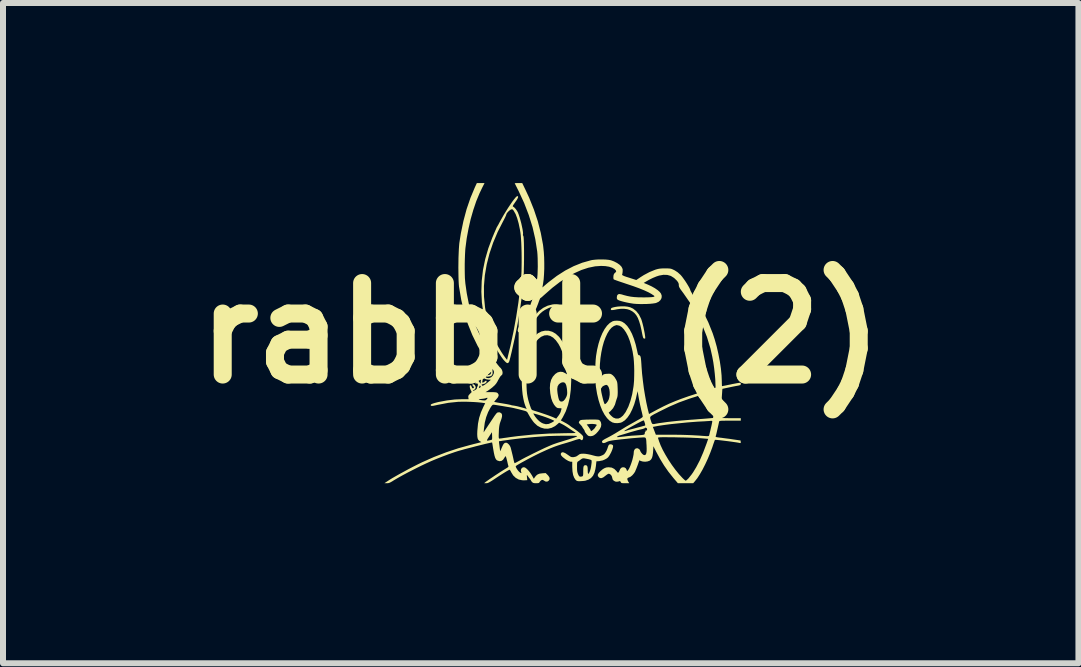
<source format=kicad_pcb>
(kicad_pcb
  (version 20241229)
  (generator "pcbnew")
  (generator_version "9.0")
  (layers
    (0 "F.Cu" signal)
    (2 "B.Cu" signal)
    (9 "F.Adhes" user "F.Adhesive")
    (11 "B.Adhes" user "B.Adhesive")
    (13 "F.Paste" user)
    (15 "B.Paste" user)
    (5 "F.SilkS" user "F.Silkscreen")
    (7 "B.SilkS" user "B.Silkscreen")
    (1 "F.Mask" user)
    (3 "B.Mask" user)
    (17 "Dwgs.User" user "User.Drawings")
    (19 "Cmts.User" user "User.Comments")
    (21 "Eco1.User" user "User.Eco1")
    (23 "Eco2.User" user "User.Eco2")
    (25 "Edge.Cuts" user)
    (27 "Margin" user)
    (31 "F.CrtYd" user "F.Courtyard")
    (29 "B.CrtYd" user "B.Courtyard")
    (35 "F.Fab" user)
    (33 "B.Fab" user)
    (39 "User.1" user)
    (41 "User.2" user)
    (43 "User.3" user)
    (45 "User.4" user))
  (footprint "rabbit (2)"
    (layer "F.Cu")
    (at 5.958 2.5)
    (property "Reference" "rabbit (2)" (at 0 0 0) (layer "F.SilkS") (effects (font (size 1.524 1.524) (thickness 0.3))))
    (attr board_only exclude_from_pos_files exclude_from_bom)
    (fp_poly (pts (xy 0.201 -0.479) (xy 0.191 -0.477) (xy 0.114 -0.457) (xy 0.041 -0.421) (xy -0.026 -0.371) (xy -0.086 -0.307) (xy -0.139 -0.229) (xy -0.162 -0.186) (xy -0.188 -0.13) (xy -0.206 -0.086) (xy -0.215 -0.055) (xy -0.215 -0.035) (xy -0.206 -0.026) (xy -0.2 -0.025) (xy -0.184 -0.033) (xy -0.171 -0.055) (xy -0.163 -0.076) (xy -0.159 -0.09) (xy -0.158 -0.092) (xy -0.154 -0.105) (xy -0.143 -0.128) (xy -0.127 -0.158) (xy -0.107 -0.192) (xy -0.087 -0.226) (xy -0.068 -0.256) (xy -0.053 -0.276) (xy -0.015 -0.321) (xy 0.024 -0.356) (xy 0.07 -0.387) (xy 0.107 -0.406) (xy 0.141 -0.422) (xy 0.168 -0.431) (xy 0.195 -0.435) (xy 0.23 -0.437) (xy 0.232 -0.437) (xy 0.272 -0.436) (xy 0.302 -0.431) (xy 0.329 -0.421) (xy 0.334 -0.419) (xy 0.367 -0.405) (xy 0.388 -0.401) (xy 0.398 -0.407) (xy 0.4 -0.416) (xy 0.394 -0.434) (xy 0.374 -0.449) (xy 0.339 -0.463) (xy 0.305 -0.472) (xy 0.268 -0.48) (xy 0.236 -0.482)) (stroke (width 0) (type solid)) (fill yes) (layer "F.SilkS"))
    (fp_poly (pts (xy 1.284 -0.443) (xy 1.238 -0.436) (xy 1.204 -0.428) (xy 1.183 -0.421) (xy 1.173 -0.413) (xy 1.169 -0.404) (xy 1.168 -0.402) (xy 1.169 -0.391) (xy 1.175 -0.385) (xy 1.191 -0.384) (xy 1.217 -0.387) (xy 1.256 -0.394) (xy 1.267 -0.397) (xy 1.326 -0.405) (xy 1.386 -0.406) (xy 1.441 -0.399) (xy 1.485 -0.385) (xy 1.526 -0.363) (xy 1.561 -0.335) (xy 1.591 -0.3) (xy 1.617 -0.255) (xy 1.639 -0.199) (xy 1.66 -0.13) (xy 1.679 -0.047) (xy 1.683 -0.025) (xy 1.692 0.02) (xy 1.699 0.051) (xy 1.705 0.071) (xy 1.71 0.083) (xy 1.717 0.088) (xy 1.725 0.09) (xy 1.735 0.091) (xy 1.741 0.087) (xy 1.741 0.074) (xy 1.739 0.048) (xy 1.738 0.044) (xy 1.732 0.002) (xy 1.722 -0.048) (xy 1.711 -0.102) (xy 1.698 -0.155) (xy 1.685 -0.202) (xy 1.673 -0.238) (xy 1.67 -0.244) (xy 1.635 -0.312) (xy 1.591 -0.367) (xy 1.538 -0.409) (xy 1.49 -0.431) (xy 1.449 -0.441) (xy 1.398 -0.447) (xy 1.341 -0.447)) (stroke (width 0) (type solid)) (fill yes) (layer "F.SilkS"))
    (fp_poly (pts (xy 0.84 1.439) (xy 0.789 1.44) (xy 0.742 1.441) (xy 0.731 1.442) (xy 0.695 1.444) (xy 0.672 1.447) (xy 0.659 1.452) (xy 0.65 1.459) (xy 0.643 1.469) (xy 0.636 1.482) (xy 0.636 1.493) (xy 0.644 1.505) (xy 0.661 1.523) (xy 0.678 1.542) (xy 0.689 1.556) (xy 0.692 1.561) (xy 0.696 1.571) (xy 0.708 1.589) (xy 0.713 1.595) (xy 0.726 1.615) (xy 0.733 1.632) (xy 0.733 1.635) (xy 0.738 1.648) (xy 0.752 1.667) (xy 0.763 1.682) (xy 0.783 1.703) (xy 0.799 1.713) (xy 0.818 1.716) (xy 0.828 1.717) (xy 0.858 1.713) (xy 0.885 1.702) (xy 0.887 1.701) (xy 0.921 1.675) (xy 0.956 1.637) (xy 0.986 1.596) (xy 1.004 1.558) (xy 1.008 1.529) (xy 0.933 1.529) (xy 0.927 1.543) (xy 0.921 1.55) (xy 0.91 1.563) (xy 0.908 1.57) (xy 0.902 1.58) (xy 0.888 1.595) (xy 0.87 1.612) (xy 0.852 1.626) (xy 0.84 1.633) (xy 0.84 1.633) (xy 0.834 1.627) (xy 0.833 1.622) (xy 0.829 1.61) (xy 0.816 1.59) (xy 0.8 1.566) (xy 0.766 1.521) (xy 0.806 1.515) (xy 0.839 1.512) (xy 0.872 1.513) (xy 0.901 1.516) (xy 0.923 1.521) (xy 0.933 1.528) (xy 0.933 1.529) (xy 1.008 1.529) (xy 1.009 1.519) (xy 1.002 1.484) (xy 0.989 1.462) (xy 0.98 1.452) (xy 0.969 1.445) (xy 0.954 1.442) (xy 0.93 1.44) (xy 0.894 1.439) (xy 0.887 1.439)) (stroke (width 0) (type solid)) (fill yes) (layer "F.SilkS"))
    (fp_poly (pts (xy 1.143 1.855) (xy 1.138 1.858) (xy 1.128 1.873) (xy 1.12 1.894) (xy 1.11 1.925) (xy 1.095 1.96) (xy 1.076 1.992) (xy 1.058 2.015) (xy 1.057 2.016) (xy 1.038 2.029) (xy 1.011 2.041) (xy 1.001 2.045) (xy 0.982 2.051) (xy 0.963 2.053) (xy 0.942 2.052) (xy 0.916 2.048) (xy 0.88 2.039) (xy 0.831 2.026) (xy 0.788 2.017) (xy 0.743 2.01) (xy 0.71 2.008) (xy 0.679 2.009) (xy 0.657 2.013) (xy 0.64 2.021) (xy 0.622 2.035) (xy 0.589 2.056) (xy 0.551 2.065) (xy 0.549 2.065) (xy 0.528 2.066) (xy 0.512 2.064) (xy 0.495 2.057) (xy 0.473 2.042) (xy 0.45 2.026) (xy 0.411 2) (xy 0.382 1.987) (xy 0.36 1.984) (xy 0.343 1.993) (xy 0.343 1.993) (xy 0.333 2.013) (xy 0.34 2.036) (xy 0.362 2.061) (xy 0.369 2.067) (xy 0.417 2.104) (xy 0.458 2.128) (xy 0.489 2.14) (xy 0.5 2.142) (xy 0.525 2.142) (xy 0.525 2.228) (xy 0.529 2.302) (xy 0.54 2.364) (xy 0.559 2.412) (xy 0.58 2.443) (xy 0.594 2.456) (xy 0.609 2.463) (xy 0.629 2.466) (xy 0.658 2.466) (xy 0.692 2.464) (xy 0.725 2.461) (xy 0.744 2.458) (xy 0.796 2.44) (xy 0.838 2.413) (xy 0.871 2.376) (xy 0.895 2.326) (xy 0.911 2.264) (xy 0.919 2.215) (xy 0.928 2.135) (xy 0.976 2.132) (xy 0.988 2.129) (xy 0.848 2.129) (xy 0.848 2.154) (xy 0.844 2.186) (xy 0.839 2.222) (xy 0.832 2.257) (xy 0.823 2.288) (xy 0.817 2.305) (xy 0.804 2.332) (xy 0.794 2.344) (xy 0.788 2.34) (xy 0.784 2.32) (xy 0.783 2.285) (xy 0.782 2.246) (xy 0.777 2.22) (xy 0.768 2.206) (xy 0.753 2.2) (xy 0.746 2.2) (xy 0.73 2.202) (xy 0.719 2.211) (xy 0.712 2.229) (xy 0.709 2.258) (xy 0.708 2.301) (xy 0.708 2.301) (xy 0.708 2.34) (xy 0.706 2.365) (xy 0.701 2.38) (xy 0.691 2.387) (xy 0.674 2.39) (xy 0.66 2.391) (xy 0.647 2.388) (xy 0.635 2.375) (xy 0.623 2.352) (xy 0.614 2.328) (xy 0.608 2.303) (xy 0.605 2.27) (xy 0.605 2.23) (xy 0.605 2.192) (xy 0.606 2.166) (xy 0.609 2.151) (xy 0.615 2.142) (xy 0.62 2.138) (xy 0.636 2.128) (xy 0.658 2.112) (xy 0.665 2.106) (xy 0.689 2.09) (xy 0.71 2.085) (xy 0.725 2.086) (xy 0.764 2.093) (xy 0.799 2.1) (xy 0.827 2.108) (xy 0.843 2.115) (xy 0.845 2.117) (xy 0.848 2.129) (xy 0.988 2.129) (xy 1.033 2.12) (xy 1.072 2.103) (xy 1.1 2.087) (xy 1.121 2.07) (xy 1.139 2.046) (xy 1.152 2.025) (xy 1.175 1.982) (xy 1.192 1.941) (xy 1.203 1.906) (xy 1.206 1.88) (xy 1.203 1.868) (xy 1.187 1.856) (xy 1.164 1.851)) (stroke (width 0) (type solid)) (fill yes) (layer "F.SilkS"))
    (fp_poly (pts (xy -0.403 -2.276) (xy -0.422 -2.257) (xy -0.447 -2.226) (xy -0.476 -2.187) (xy -0.508 -2.14) (xy -0.543 -2.088) (xy -0.578 -2.032) (xy -0.614 -1.974) (xy -0.647 -1.916) (xy -0.678 -1.861) (xy -0.693 -1.833) (xy -0.707 -1.806) (xy -0.719 -1.786) (xy -0.725 -1.775) (xy -0.725 -1.775) (xy -0.731 -1.766) (xy -0.74 -1.746) (xy -0.749 -1.725) (xy -0.761 -1.698) (xy -0.777 -1.661) (xy -0.794 -1.62) (xy -0.806 -1.592) (xy -0.873 -1.413) (xy -0.925 -1.233) (xy -0.962 -1.052) (xy -0.983 -0.87) (xy -0.989 -0.69) (xy -0.98 -0.511) (xy -0.955 -0.335) (xy -0.916 -0.163) (xy -0.861 0.004) (xy -0.792 0.163) (xy -0.758 0.228) (xy -0.723 0.29) (xy -0.688 0.347) (xy -0.654 0.398) (xy -0.623 0.44) (xy -0.594 0.472) (xy -0.571 0.493) (xy -0.553 0.5) (xy -0.538 0.493) (xy -0.527 0.477) (xy -0.522 0.462) (xy -0.514 0.433) (xy -0.504 0.395) (xy -0.493 0.349) (xy -0.484 0.312) (xy -0.431 0.074) (xy -0.385 -0.156) (xy -0.347 -0.381) (xy -0.315 -0.608) (xy -0.294 -0.787) (xy -0.291 -0.83) (xy -0.287 -0.882) (xy -0.285 -0.943) (xy -0.282 -1.01) (xy -0.281 -1.082) (xy -0.279 -1.157) (xy -0.279 -1.181) (xy -0.318 -1.181) (xy -0.319 -1.103) (xy -0.32 -1.031) (xy -0.323 -0.969) (xy -0.325 -0.948) (xy -0.344 -0.73) (xy -0.373 -0.503) (xy -0.409 -0.269) (xy -0.452 -0.033) (xy -0.502 0.201) (xy -0.526 0.301) (xy -0.561 0.445) (xy -0.581 0.42) (xy -0.594 0.403) (xy -0.613 0.377) (xy -0.636 0.344) (xy -0.655 0.315) (xy -0.724 0.199) (xy -0.786 0.07) (xy -0.839 -0.068) (xy -0.883 -0.212) (xy -0.916 -0.359) (xy -0.928 -0.433) (xy -0.945 -0.607) (xy -0.946 -0.784) (xy -0.931 -0.963) (xy -0.9 -1.144) (xy -0.854 -1.325) (xy -0.793 -1.506) (xy -0.717 -1.686) (xy -0.63 -1.857) (xy -0.61 -1.895) (xy -0.593 -1.929) (xy -0.581 -1.955) (xy -0.575 -1.971) (xy -0.575 -1.972) (xy -0.569 -1.99) (xy -0.553 -2.012) (xy -0.532 -2.034) (xy -0.51 -2.052) (xy -0.491 -2.062) (xy -0.491 -2.062) (xy -0.476 -2.064) (xy -0.463 -2.056) (xy -0.448 -2.037) (xy -0.448 -2.036) (xy -0.418 -1.983) (xy -0.392 -1.914) (xy -0.368 -1.829) (xy -0.347 -1.728) (xy -0.337 -1.667) (xy -0.332 -1.624) (xy -0.328 -1.568) (xy -0.324 -1.501) (xy -0.321 -1.425) (xy -0.319 -1.345) (xy -0.318 -1.263) (xy -0.318 -1.181) (xy -0.279 -1.181) (xy -0.278 -1.232) (xy -0.278 -1.306) (xy -0.278 -1.376) (xy -0.279 -1.441) (xy -0.28 -1.499) (xy -0.282 -1.548) (xy -0.284 -1.585) (xy -0.287 -1.61) (xy -0.29 -1.619) (xy -0.297 -1.634) (xy -0.296 -1.643) (xy -0.294 -1.661) (xy -0.297 -1.692) (xy -0.303 -1.732) (xy -0.313 -1.779) (xy -0.324 -1.83) (xy -0.338 -1.881) (xy -0.352 -1.93) (xy -0.366 -1.973) (xy -0.379 -2.007) (xy -0.384 -2.018) (xy -0.402 -2.048) (xy -0.424 -2.077) (xy -0.445 -2.098) (xy -0.459 -2.107) (xy -0.465 -2.111) (xy -0.465 -2.119) (xy -0.458 -2.134) (xy -0.442 -2.157) (xy -0.425 -2.182) (xy -0.397 -2.222) (xy -0.381 -2.252) (xy -0.376 -2.271) (xy -0.381 -2.281) (xy -0.391 -2.283)) (stroke (width 0) (type solid)) (fill yes) (layer "F.SilkS"))
    (fp_poly (pts (xy -0.401 -2.5) (xy -0.423 -2.499) (xy -0.433 -2.498) (xy -0.433 -2.498) (xy -0.43 -2.49) (xy -0.42 -2.47) (xy -0.405 -2.44) (xy -0.386 -2.402) (xy -0.368 -2.367) (xy -0.276 -2.168) (xy -0.199 -1.967) (xy -0.136 -1.765) (xy -0.09 -1.564) (xy -0.059 -1.365) (xy -0.058 -1.358) (xy -0.054 -1.308) (xy -0.051 -1.247) (xy -0.05 -1.179) (xy -0.049 -1.109) (xy -0.051 -1.041) (xy -0.053 -0.98) (xy -0.057 -0.93) (xy -0.058 -0.921) (xy -0.087 -0.75) (xy -0.131 -0.585) (xy -0.189 -0.427) (xy -0.263 -0.276) (xy -0.33 -0.165) (xy -0.361 -0.113) (xy -0.379 -0.072) (xy -0.384 -0.042) (xy -0.377 -0.021) (xy -0.357 -0.011) (xy -0.328 -0.01) (xy -0.314 -0.012) (xy -0.302 -0.017) (xy -0.29 -0.028) (xy -0.275 -0.046) (xy -0.255 -0.075) (xy -0.244 -0.092) (xy -0.208 -0.148) (xy -0.171 -0.215) (xy -0.133 -0.287) (xy -0.098 -0.361) (xy -0.067 -0.431) (xy -0.043 -0.493) (xy -0.041 -0.498) (xy -0.029 -0.533) (xy -0.018 -0.56) (xy -0.01 -0.578) (xy -0.006 -0.583) (xy 0.003 -0.589) (xy 0.021 -0.603) (xy 0.045 -0.625) (xy 0.07 -0.647) (xy 0.193 -0.755) (xy 0.316 -0.85) (xy 0.439 -0.931) (xy 0.56 -0.999) (xy 0.678 -1.052) (xy 0.794 -1.09) (xy 0.906 -1.113) (xy 1.004 -1.12) (xy 1.076 -1.117) (xy 1.138 -1.107) (xy 1.19 -1.09) (xy 1.229 -1.068) (xy 1.235 -1.062) (xy 1.253 -1.043) (xy 1.257 -1.027) (xy 1.246 -1.012) (xy 1.236 -1.004) (xy 1.221 -0.987) (xy 1.213 -0.964) (xy 1.211 -0.945) (xy 1.21 -0.915) (xy 1.215 -0.898) (xy 1.218 -0.895) (xy 1.229 -0.89) (xy 1.253 -0.881) (xy 1.289 -0.868) (xy 1.333 -0.853) (xy 1.384 -0.836) (xy 1.425 -0.822) (xy 1.542 -0.783) (xy 1.643 -0.746) (xy 1.727 -0.712) (xy 1.796 -0.68) (xy 1.848 -0.651) (xy 1.856 -0.645) (xy 1.881 -0.629) (xy 1.893 -0.619) (xy 1.895 -0.613) (xy 1.888 -0.608) (xy 1.883 -0.605) (xy 1.867 -0.602) (xy 1.836 -0.599) (xy 1.792 -0.597) (xy 1.738 -0.596) (xy 1.704 -0.596) (xy 1.625 -0.597) (xy 1.558 -0.601) (xy 1.499 -0.608) (xy 1.443 -0.619) (xy 1.385 -0.634) (xy 1.349 -0.645) (xy 1.313 -0.652) (xy 1.289 -0.647) (xy 1.274 -0.63) (xy 1.268 -0.602) (xy 1.268 -0.578) (xy 1.275 -0.564) (xy 1.285 -0.555) (xy 1.306 -0.545) (xy 1.34 -0.534) (xy 1.384 -0.522) (xy 1.432 -0.511) (xy 1.482 -0.501) (xy 1.531 -0.493) (xy 1.544 -0.491) (xy 1.592 -0.487) (xy 1.647 -0.485) (xy 1.706 -0.485) (xy 1.766 -0.486) (xy 1.822 -0.489) (xy 1.871 -0.494) (xy 1.909 -0.5) (xy 1.922 -0.503) (xy 1.965 -0.523) (xy 1.995 -0.551) (xy 2.013 -0.585) (xy 2.016 -0.622) (xy 2.004 -0.658) (xy 1.983 -0.686) (xy 1.949 -0.716) (xy 1.903 -0.748) (xy 1.848 -0.779) (xy 1.786 -0.808) (xy 1.764 -0.817) (xy 1.716 -0.837) (xy 1.748 -0.856) (xy 1.805 -0.889) (xy 1.866 -0.919) (xy 1.926 -0.944) (xy 1.972 -0.959) (xy 2.044 -0.972) (xy 2.109 -0.97) (xy 2.168 -0.953) (xy 2.222 -0.919) (xy 2.263 -0.88) (xy 2.284 -0.854) (xy 2.295 -0.834) (xy 2.3 -0.814) (xy 2.3 -0.803) (xy 2.301 -0.788) (xy 2.305 -0.773) (xy 2.313 -0.756) (xy 2.327 -0.733) (xy 2.349 -0.703) (xy 2.378 -0.664) (xy 2.498 -0.491) (xy 2.603 -0.312) (xy 2.693 -0.128) (xy 2.768 0.06) (xy 2.827 0.253) (xy 2.858 0.392) (xy 2.875 0.484) (xy 2.889 0.582) (xy 2.9 0.68) (xy 2.908 0.772) (xy 2.91 0.827) (xy 2.913 0.908) (xy 2.875 0.92) (xy 2.858 0.926) (xy 2.827 0.936) (xy 2.785 0.949) (xy 2.734 0.965) (xy 2.676 0.983) (xy 2.613 1.003) (xy 2.583 1.012) (xy 2.457 1.053) (xy 2.344 1.093) (xy 2.24 1.133) (xy 2.142 1.174) (xy 2.047 1.219) (xy 1.949 1.269) (xy 1.925 1.282) (xy 1.804 1.347) (xy 1.781 1.255) (xy 1.759 1.154) (xy 1.738 1.04) (xy 1.718 0.919) (xy 1.702 0.794) (xy 1.688 0.67) (xy 1.685 0.628) (xy 1.558 0.628) (xy 1.557 0.711) (xy 1.555 0.79) (xy 1.549 0.861) (xy 1.545 0.893) (xy 1.524 1.017) (xy 1.495 1.128) (xy 1.46 1.225) (xy 1.418 1.308) (xy 1.408 1.324) (xy 1.371 1.373) (xy 1.332 1.406) (xy 1.292 1.423) (xy 1.252 1.423) (xy 1.213 1.408) (xy 1.202 1.401) (xy 1.178 1.38) (xy 1.156 1.358) (xy 1.151 1.351) (xy 1.132 1.325) (xy 1.163 1.298) (xy 1.206 1.25) (xy 1.235 1.195) (xy 1.242 1.174) (xy 1.25 1.145) (xy 1.261 1.11) (xy 1.268 1.089) (xy 1.276 1.066) (xy 1.28 1.043) (xy 1.282 1.016) (xy 1.283 0.983) (xy 1.149 0.983) (xy 1.149 1.028) (xy 1.142 1.072) (xy 1.134 1.102) (xy 1.119 1.133) (xy 1.1 1.159) (xy 1.082 1.177) (xy 1.067 1.183) (xy 1.062 1.176) (xy 1.054 1.156) (xy 1.045 1.129) (xy 1.043 1.123) (xy 1.03 1.072) (xy 1.019 1.025) (xy 1.01 0.983) (xy 1.005 0.95) (xy 1.004 0.927) (xy 1.007 0.918) (xy 1.016 0.909) (xy 1.017 0.905) (xy 1.024 0.894) (xy 1.041 0.881) (xy 1.063 0.87) (xy 1.084 0.863) (xy 1.098 0.862) (xy 1.118 0.876) (xy 1.133 0.903) (xy 1.144 0.94) (xy 1.149 0.983) (xy 1.283 0.983) (xy 1.283 0.981) (xy 1.282 0.934) (xy 1.282 0.93) (xy 1.28 0.884) (xy 1.278 0.851) (xy 1.275 0.826) (xy 1.27 0.806) (xy 1.262 0.787) (xy 1.254 0.772) (xy 1.23 0.733) (xy 1.202 0.703) (xy 1.196 0.699) (xy 1.177 0.685) (xy 1.16 0.678) (xy 1.14 0.676) (xy 1.111 0.677) (xy 1.106 0.677) (xy 1.074 0.68) (xy 1.053 0.685) (xy 1.036 0.695) (xy 1.017 0.712) (xy 1.016 0.713) (xy 0.983 0.745) (xy 0.983 0.623) (xy 0.986 0.518) (xy 0.995 0.416) (xy 1.01 0.319) (xy 1.029 0.228) (xy 1.052 0.145) (xy 1.08 0.07) (xy 1.111 0.004) (xy 1.144 -0.05) (xy 1.18 -0.091) (xy 1.219 -0.119) (xy 1.258 -0.133) (xy 1.271 -0.133) (xy 1.31 -0.125) (xy 1.349 -0.102) (xy 1.386 -0.063) (xy 1.421 -0.012) (xy 1.454 0.051) (xy 1.483 0.126) (xy 1.508 0.21) (xy 1.53 0.303) (xy 1.546 0.403) (xy 1.552 0.468) (xy 1.556 0.545) (xy 1.558 0.628) (xy 1.685 0.628) (xy 1.679 0.552) (xy 1.677 0.515) (xy 1.673 0.461) (xy 1.669 0.422) (xy 1.664 0.394) (xy 1.656 0.378) (xy 1.647 0.369) (xy 1.634 0.367) (xy 1.634 0.367) (xy 1.626 0.363) (xy 1.62 0.351) (xy 1.613 0.327) (xy 1.606 0.292) (xy 1.582 0.189) (xy 1.553 0.095) (xy 1.52 0.011) (xy 1.482 -0.061) (xy 1.441 -0.12) (xy 1.397 -0.164) (xy 1.355 -0.191) (xy 1.316 -0.204) (xy 1.269 -0.208) (xy 1.224 -0.205) (xy 1.196 -0.197) (xy 1.15 -0.169) (xy 1.105 -0.125) (xy 1.064 -0.068) (xy 1.026 0.002) (xy 0.992 0.084) (xy 0.963 0.176) (xy 0.939 0.277) (xy 0.921 0.386) (xy 0.921 0.389) (xy 0.915 0.449) (xy 0.911 0.521) (xy 0.909 0.601) (xy 0.909 0.683) (xy 0.911 0.762) (xy 0.914 0.836) (xy 0.92 0.897) (xy 0.921 0.903) (xy 0.939 1.012) (xy 0.963 1.113) (xy 0.992 1.206) (xy 1.025 1.288) (xy 1.063 1.358) (xy 1.105 1.416) (xy 1.149 1.46) (xy 1.195 1.488) (xy 1.196 1.488) (xy 1.236 1.498) (xy 1.282 1.499) (xy 1.327 1.493) (xy 1.355 1.483) (xy 1.402 1.452) (xy 1.446 1.405) (xy 1.487 1.345) (xy 1.524 1.271) (xy 1.558 1.185) (xy 1.586 1.089) (xy 1.594 1.052) (xy 1.614 0.966) (xy 1.632 1.073) (xy 1.642 1.126) (xy 1.654 1.186) (xy 1.667 1.243) (xy 1.675 1.28) (xy 1.685 1.319) (xy 1.693 1.353) (xy 1.698 1.379) (xy 1.7 1.392) (xy 1.7 1.392) (xy 1.693 1.401) (xy 1.673 1.416) (xy 1.644 1.434) (xy 1.623 1.445) (xy 1.425 1.557) (xy 1.288 1.641) (xy 1.242 1.669) (xy 1.192 1.698) (xy 1.144 1.725) (xy 1.104 1.746) (xy 1.067 1.765) (xy 1.043 1.78) (xy 1.029 1.791) (xy 1.022 1.8) (xy 1.021 1.809) (xy 1.027 1.826) (xy 1.044 1.832) (xy 1.071 1.827) (xy 1.099 1.814) (xy 1.121 1.804) (xy 1.148 1.796) (xy 1.183 1.789) (xy 1.23 1.782) (xy 1.25 1.78) (xy 1.342 1.769) (xy 1.432 1.76) (xy 1.514 1.751) (xy 1.588 1.745) (xy 1.649 1.74) (xy 1.672 1.739) (xy 1.703 1.737) (xy 1.726 1.737) (xy 1.741 1.74) (xy 1.75 1.75) (xy 1.756 1.769) (xy 1.759 1.799) (xy 1.761 1.841) (xy 1.763 1.867) (xy 1.765 1.926) (xy 1.764 1.97) (xy 1.759 2.001) (xy 1.751 2.021) (xy 1.738 2.03) (xy 1.732 2.032) (xy 1.714 2.029) (xy 1.695 2.015) (xy 1.685 2.004) (xy 1.669 1.984) (xy 1.66 1.967) (xy 1.658 1.962) (xy 1.651 1.944) (xy 1.634 1.928) (xy 1.612 1.918) (xy 1.604 1.917) (xy 1.578 1.924) (xy 1.559 1.945) (xy 1.55 1.976) (xy 1.55 1.986) (xy 1.547 2.021) (xy 1.538 2.065) (xy 1.526 2.114) (xy 1.51 2.164) (xy 1.493 2.21) (xy 1.476 2.249) (xy 1.46 2.276) (xy 1.456 2.281) (xy 1.438 2.3) (xy 1.43 2.273) (xy 1.415 2.249) (xy 1.392 2.236) (xy 1.366 2.234) (xy 1.342 2.243) (xy 1.324 2.263) (xy 1.321 2.271) (xy 1.31 2.295) (xy 1.3 2.314) (xy 1.292 2.324) (xy 1.285 2.325) (xy 1.275 2.315) (xy 1.262 2.298) (xy 1.226 2.262) (xy 1.183 2.24) (xy 1.132 2.234) (xy 1.132 2.234) (xy 1.097 2.237) (xy 1.067 2.247) (xy 1.035 2.265) (xy 0.999 2.295) (xy 0.992 2.302) (xy 0.964 2.332) (xy 0.951 2.357) (xy 0.952 2.38) (xy 0.967 2.4) (xy 0.988 2.414) (xy 1.013 2.415) (xy 1.042 2.403) (xy 1.078 2.376) (xy 1.085 2.37) (xy 1.108 2.353) (xy 1.128 2.343) (xy 1.136 2.342) (xy 1.155 2.349) (xy 1.174 2.367) (xy 1.187 2.391) (xy 1.192 2.413) (xy 1.199 2.439) (xy 1.219 2.46) (xy 1.246 2.473) (xy 1.263 2.475) (xy 1.287 2.473) (xy 1.307 2.468) (xy 1.308 2.467) (xy 1.32 2.464) (xy 1.33 2.475) (xy 1.332 2.48) (xy 1.338 2.49) (xy 1.346 2.496) (xy 1.361 2.499) (xy 1.387 2.5) (xy 1.408 2.5) (xy 1.475 2.5) (xy 1.458 2.473) (xy 1.444 2.443) (xy 1.443 2.421) (xy 1.457 2.408) (xy 1.466 2.406) (xy 1.495 2.393) (xy 1.526 2.368) (xy 1.554 2.335) (xy 1.572 2.307) (xy 1.58 2.287) (xy 1.592 2.259) (xy 1.605 2.226) (xy 1.618 2.191) (xy 1.629 2.159) (xy 1.638 2.134) (xy 1.642 2.12) (xy 1.642 2.119) (xy 1.648 2.12) (xy 1.664 2.128) (xy 1.666 2.129) (xy 1.7 2.139) (xy 1.74 2.142) (xy 1.78 2.137) (xy 1.813 2.125) (xy 1.818 2.123) (xy 1.838 2.104) (xy 1.853 2.079) (xy 1.863 2.045) (xy 1.87 1.998) (xy 1.873 1.961) (xy 1.877 1.884) (xy 1.922 1.973) (xy 1.988 2.095) (xy 2.055 2.205) (xy 2.127 2.308) (xy 2.208 2.41) (xy 2.224 2.429) (xy 2.285 2.5) (xy 2.54 2.5) (xy 2.567 2.469) (xy 2.609 2.416) (xy 2.652 2.349) (xy 2.697 2.271) (xy 2.741 2.184) (xy 2.784 2.091) (xy 2.824 1.994) (xy 2.861 1.895) (xy 2.866 1.878) (xy 2.879 1.84) (xy 2.89 1.809) (xy 2.898 1.787) (xy 2.903 1.778) (xy 2.903 1.778) (xy 2.912 1.777) (xy 2.935 1.779) (xy 2.97 1.782) (xy 3.012 1.787) (xy 3.061 1.793) (xy 3.112 1.799) (xy 3.164 1.806) (xy 3.213 1.813) (xy 3.256 1.819) (xy 3.292 1.825) (xy 3.315 1.83) (xy 3.329 1.831) (xy 3.333 1.822) (xy 3.332 1.811) (xy 3.329 1.788) (xy 3.204 1.77) (xy 3.151 1.762) (xy 3.145 1.761) (xy 2.79 1.761) (xy 2.761 1.844) (xy 2.707 1.987) (xy 2.651 2.117) (xy 2.591 2.232) (xy 2.539 2.318) (xy 2.513 2.355) (xy 2.485 2.39) (xy 2.46 2.421) (xy 2.437 2.443) (xy 2.421 2.456) (xy 2.415 2.458) (xy 2.406 2.453) (xy 2.388 2.438) (xy 2.366 2.417) (xy 2.359 2.41) (xy 2.302 2.348) (xy 2.243 2.275) (xy 2.185 2.196) (xy 2.129 2.112) (xy 2.078 2.027) (xy 2.033 1.945) (xy 1.997 1.868) (xy 1.97 1.798) (xy 1.969 1.794) (xy 1.952 1.741) (xy 1.973 1.736) (xy 1.989 1.735) (xy 2.018 1.734) (xy 2.06 1.733) (xy 2.112 1.734) (xy 2.171 1.734) (xy 2.236 1.735) (xy 2.305 1.737) (xy 2.374 1.738) (xy 2.442 1.74) (xy 2.507 1.742) (xy 2.566 1.745) (xy 2.617 1.747) (xy 2.658 1.75) (xy 2.672 1.751) (xy 2.79 1.761) (xy 3.145 1.761) (xy 3.096 1.755) (xy 3.043 1.748) (xy 3 1.742) (xy 2.994 1.742) (xy 2.956 1.737) (xy 2.932 1.733) (xy 2.919 1.729) (xy 2.914 1.724) (xy 2.915 1.717) (xy 2.916 1.713) (xy 2.921 1.698) (xy 2.928 1.67) (xy 2.936 1.634) (xy 2.945 1.595) (xy 2.954 1.555) (xy 2.962 1.519) (xy 2.968 1.492) (xy 2.971 1.477) (xy 2.972 1.473) (xy 2.858 1.473) (xy 2.856 1.485) (xy 2.851 1.51) (xy 2.844 1.544) (xy 2.835 1.582) (xy 2.826 1.621) (xy 2.817 1.657) (xy 2.81 1.687) (xy 2.805 1.705) (xy 2.804 1.707) (xy 2.799 1.713) (xy 2.786 1.716) (xy 2.763 1.716) (xy 2.727 1.713) (xy 2.692 1.711) (xy 2.646 1.707) (xy 2.593 1.704) (xy 2.539 1.701) (xy 2.521 1.7) (xy 2.475 1.698) (xy 2.417 1.696) (xy 2.35 1.694) (xy 2.278 1.693) (xy 2.206 1.692) (xy 2.153 1.692) (xy 1.918 1.692) (xy 1.893 1.627) (xy 1.887 1.611) (xy 1.772 1.611) (xy 1.765 1.622) (xy 1.754 1.622) (xy 1.746 1.623) (xy 1.747 1.63) (xy 1.747 1.64) (xy 1.743 1.642) (xy 1.736 1.649) (xy 1.733 1.666) (xy 1.733 1.676) (xy 1.73 1.684) (xy 1.722 1.689) (xy 1.707 1.694) (xy 1.683 1.697) (xy 1.648 1.7) (xy 1.6 1.703) (xy 1.567 1.705) (xy 1.518 1.708) (xy 1.466 1.713) (xy 1.419 1.718) (xy 1.396 1.721) (xy 1.358 1.725) (xy 1.324 1.729) (xy 1.298 1.732) (xy 1.292 1.732) (xy 1.273 1.732) (xy 1.269 1.729) (xy 1.277 1.722) (xy 1.279 1.72) (xy 1.301 1.708) (xy 1.317 1.703) (xy 1.332 1.699) (xy 1.359 1.691) (xy 1.396 1.68) (xy 1.439 1.667) (xy 1.467 1.658) (xy 1.517 1.643) (xy 1.568 1.629) (xy 1.615 1.616) (xy 1.653 1.607) (xy 1.665 1.604) (xy 1.696 1.597) (xy 1.72 1.589) (xy 1.732 1.584) (xy 1.733 1.582) (xy 1.739 1.575) (xy 1.752 1.576) (xy 1.765 1.583) (xy 1.771 1.592) (xy 1.772 1.611) (xy 1.887 1.611) (xy 1.868 1.562) (xy 1.915 1.553) (xy 1.962 1.544) (xy 2.009 1.537) (xy 1.741 1.537) (xy 1.74 1.537) (xy 1.732 1.541) (xy 1.709 1.547) (xy 1.677 1.556) (xy 1.636 1.567) (xy 1.608 1.574) (xy 1.561 1.587) (xy 1.516 1.599) (xy 1.478 1.609) (xy 1.45 1.617) (xy 1.442 1.62) (xy 1.414 1.629) (xy 1.398 1.632) (xy 1.392 1.632) (xy 1.392 1.63) (xy 1.399 1.624) (xy 1.418 1.611) (xy 1.447 1.594) (xy 1.483 1.573) (xy 1.523 1.551) (xy 1.565 1.528) (xy 1.607 1.505) (xy 1.645 1.485) (xy 1.677 1.469) (xy 1.701 1.458) (xy 1.714 1.453) (xy 1.715 1.453) (xy 1.722 1.463) (xy 1.729 1.482) (xy 1.736 1.505) (xy 1.74 1.525) (xy 1.741 1.537) (xy 2.009 1.537) (xy 2.022 1.535) (xy 2.094 1.525) (xy 2.174 1.515) (xy 2.26 1.506) (xy 2.349 1.497) (xy 2.438 1.488) (xy 2.525 1.481) (xy 2.606 1.475) (xy 2.679 1.471) (xy 2.723 1.469) (xy 2.764 1.466) (xy 2.799 1.464) (xy 2.819 1.462) (xy 2.843 1.46) (xy 2.855 1.463) (xy 2.858 1.47) (xy 2.858 1.473) (xy 2.972 1.473) (xy 2.973 1.471) (xy 2.976 1.466) (xy 2.984 1.463) (xy 2.997 1.461) (xy 3.019 1.459) (xy 3.05 1.459) (xy 3.094 1.458) (xy 3.153 1.458) (xy 3.333 1.458) (xy 3.333 1.417) (xy 3.158 1.417) (xy 3.106 1.416) (xy 3.061 1.415) (xy 3.023 1.414) (xy 2.997 1.412) (xy 2.984 1.41) (xy 2.983 1.41) (xy 2.984 1.399) (xy 2.987 1.376) (xy 2.992 1.343) (xy 2.996 1.314) (xy 3.001 1.274) (xy 3.006 1.223) (xy 3.01 1.166) (xy 3.014 1.108) (xy 3.016 1.078) (xy 3.019 1.031) (xy 3.022 0.991) (xy 2.911 0.991) (xy 2.911 1.015) (xy 2.908 1.066) (xy 2.904 1.124) (xy 2.899 1.184) (xy 2.894 1.243) (xy 2.888 1.295) (xy 2.883 1.337) (xy 2.88 1.354) (xy 2.871 1.413) (xy 2.817 1.418) (xy 2.794 1.42) (xy 2.758 1.423) (xy 2.71 1.427) (xy 2.654 1.431) (xy 2.592 1.436) (xy 2.528 1.441) (xy 2.521 1.441) (xy 2.437 1.448) (xy 2.351 1.455) (xy 2.264 1.463) (xy 2.18 1.472) (xy 2.101 1.481) (xy 2.031 1.491) (xy 1.972 1.499) (xy 1.926 1.507) (xy 1.925 1.507) (xy 1.891 1.514) (xy 1.869 1.515) (xy 1.856 1.508) (xy 1.847 1.492) (xy 1.837 1.463) (xy 1.835 1.456) (xy 1.828 1.434) (xy 1.824 1.417) (xy 1.823 1.404) (xy 1.828 1.392) (xy 1.84 1.38) (xy 1.861 1.367) (xy 1.892 1.349) (xy 1.936 1.327) (xy 1.966 1.311) (xy 2.136 1.227) (xy 2.302 1.155) (xy 2.471 1.094) (xy 2.52 1.078) (xy 2.572 1.062) (xy 2.62 1.046) (xy 2.66 1.033) (xy 2.691 1.022) (xy 2.709 1.015) (xy 2.712 1.014) (xy 2.729 1.007) (xy 2.738 1.007) (xy 2.749 1.005) (xy 2.772 0.999) (xy 2.803 0.989) (xy 2.821 0.983) (xy 2.854 0.972) (xy 2.882 0.964) (xy 2.9 0.959) (xy 2.904 0.958) (xy 2.909 0.966) (xy 2.911 0.991) (xy 3.022 0.991) (xy 3.022 0.989) (xy 3.024 0.956) (xy 3.026 0.935) (xy 3.027 0.928) (xy 3.036 0.926) (xy 3.058 0.921) (xy 3.09 0.914) (xy 3.129 0.906) (xy 3.171 0.897) (xy 3.215 0.888) (xy 3.256 0.88) (xy 3.291 0.874) (xy 3.302 0.871) (xy 3.323 0.866) (xy 3.332 0.857) (xy 3.333 0.845) (xy 3.332 0.833) (xy 3.326 0.827) (xy 3.311 0.827) (xy 3.294 0.83) (xy 3.271 0.833) (xy 3.236 0.84) (xy 3.193 0.848) (xy 3.148 0.858) (xy 3.14 0.859) (xy 3.098 0.868) (xy 3.063 0.875) (xy 3.036 0.88) (xy 3.022 0.883) (xy 3.021 0.883) (xy 3.019 0.876) (xy 3.018 0.855) (xy 3.017 0.825) (xy 3.017 0.809) (xy 3.013 0.706) (xy 3.002 0.592) (xy 2.984 0.471) (xy 2.96 0.347) (xy 2.932 0.224) (xy 2.899 0.106) (xy 2.864 0) (xy 2.792 -0.18) (xy 2.71 -0.35) (xy 2.615 -0.515) (xy 2.561 -0.598) (xy 2.537 -0.635) (xy 2.516 -0.669) (xy 2.501 -0.695) (xy 2.493 -0.713) (xy 2.492 -0.716) (xy 2.487 -0.732) (xy 2.474 -0.759) (xy 2.455 -0.792) (xy 2.432 -0.83) (xy 2.406 -0.87) (xy 2.379 -0.908) (xy 2.354 -0.942) (xy 2.332 -0.968) (xy 2.328 -0.972) (xy 2.281 -1.014) (xy 2.232 -1.046) (xy 2.22 -1.052) (xy 2.194 -1.064) (xy 2.173 -1.072) (xy 2.152 -1.076) (xy 2.126 -1.078) (xy 2.09 -1.079) (xy 2.067 -1.079) (xy 2.02 -1.078) (xy 1.985 -1.075) (xy 1.955 -1.07) (xy 1.925 -1.062) (xy 1.906 -1.056) (xy 1.811 -1.017) (xy 1.717 -0.967) (xy 1.66 -0.931) (xy 1.592 -0.885) (xy 1.471 -0.924) (xy 1.423 -0.939) (xy 1.39 -0.951) (xy 1.369 -0.961) (xy 1.358 -0.968) (xy 1.355 -0.974) (xy 1.356 -0.975) (xy 1.362 -1) (xy 1.365 -1.032) (xy 1.365 -1.062) (xy 1.363 -1.071) (xy 1.347 -1.105) (xy 1.316 -1.138) (xy 1.273 -1.168) (xy 1.221 -1.195) (xy 1.17 -1.214) (xy 1.133 -1.221) (xy 1.083 -1.226) (xy 1.026 -1.228) (xy 0.966 -1.228) (xy 0.907 -1.224) (xy 0.855 -1.218) (xy 0.833 -1.213) (xy 0.691 -1.173) (xy 0.549 -1.116) (xy 0.408 -1.043) (xy 0.269 -0.954) (xy 0.131 -0.849) (xy 0.087 -0.812) (xy 0.028 -0.761) (xy 0.039 -0.824) (xy 0.049 -0.896) (xy 0.055 -0.979) (xy 0.059 -1.071) (xy 0.059 -1.168) (xy 0.057 -1.264) (xy 0.051 -1.357) (xy 0.042 -1.441) (xy 0.038 -1.473) (xy 0.001 -1.67) (xy -0.049 -1.865) (xy -0.114 -2.06) (xy -0.193 -2.257) (xy -0.255 -2.39) (xy -0.308 -2.5) (xy -0.371 -2.5)) (stroke (width 0) (type solid)) (fill yes) (layer "F.SilkS"))
    (fp_poly (pts (xy -1.098 -2.427) (xy -1.171 -2.252) (xy -1.235 -2.065) (xy -1.288 -1.867) (xy -1.331 -1.659) (xy -1.356 -1.5) (xy -1.36 -1.455) (xy -1.364 -1.397) (xy -1.367 -1.328) (xy -1.37 -1.253) (xy -1.371 -1.173) (xy -1.372 -1.092) (xy -1.371 -1.013) (xy -1.37 -0.938) (xy -1.368 -0.871) (xy -1.365 -0.815) (xy -1.361 -0.771) (xy -1.36 -0.768) (xy -1.324 -0.554) (xy -1.276 -0.351) (xy -1.215 -0.156) (xy -1.14 0.031) (xy -1.052 0.211) (xy -0.949 0.387) (xy -0.907 0.452) (xy -0.858 0.524) (xy -0.89 0.533) (xy -0.93 0.552) (xy -0.96 0.584) (xy -0.978 0.625) (xy -0.983 0.666) (xy -0.984 0.691) (xy -0.988 0.705) (xy -0.997 0.711) (xy -1.006 0.713) (xy -1.028 0.724) (xy -1.048 0.741) (xy -1.06 0.754) (xy -1.065 0.754) (xy -1.066 0.748) (xy -1.072 0.736) (xy -1.082 0.734) (xy -1.09 0.743) (xy -1.092 0.75) (xy -1.087 0.77) (xy -1.079 0.787) (xy -1.071 0.801) (xy -1.073 0.808) (xy -1.079 0.811) (xy -1.09 0.823) (xy -1.092 0.83) (xy -1.087 0.839) (xy -1.073 0.839) (xy -1.072 0.838) (xy -1.056 0.838) (xy -1.048 0.85) (xy -1.047 0.852) (xy -1.048 0.873) (xy -1.055 0.89) (xy -1.063 0.908) (xy -1.064 0.92) (xy -1.068 0.929) (xy -1.082 0.941) (xy -1.1 0.952) (xy -1.117 0.959) (xy -1.128 0.959) (xy -1.129 0.958) (xy -1.128 0.951) (xy -1.123 0.95) (xy -1.106 0.943) (xy -1.091 0.926) (xy -1.084 0.907) (xy -1.083 0.903) (xy -1.089 0.881) (xy -1.103 0.861) (xy -1.121 0.851) (xy -1.125 0.85) (xy -1.139 0.854) (xy -1.139 0.866) (xy -1.124 0.884) (xy -1.113 0.898) (xy -1.115 0.91) (xy -1.117 0.913) (xy -1.13 0.92) (xy -1.142 0.912) (xy -1.151 0.894) (xy -1.152 0.889) (xy -1.16 0.873) (xy -1.169 0.868) (xy -1.18 0.872) (xy -1.183 0.888) (xy -1.179 0.913) (xy -1.168 0.943) (xy -1.166 0.946) (xy -1.15 0.981) (xy -1.18 1.012) (xy -1.198 1.032) (xy -1.206 1.047) (xy -1.207 1.065) (xy -1.206 1.071) (xy -1.201 1.1) (xy -1.303 1.1) (xy -1.43 1.105) (xy -1.563 1.121) (xy -1.697 1.146) (xy -1.719 1.151) (xy -1.769 1.164) (xy -1.803 1.175) (xy -1.825 1.185) (xy -1.833 1.195) (xy -1.831 1.205) (xy -1.827 1.21) (xy -1.816 1.212) (xy -1.794 1.211) (xy -1.759 1.204) (xy -1.708 1.193) (xy -1.707 1.193) (xy -1.54 1.161) (xy -1.376 1.144) (xy -1.283 1.142) (xy -1.228 1.143) (xy -1.167 1.145) (xy -1.105 1.148) (xy -1.046 1.152) (xy -0.995 1.157) (xy -0.956 1.162) (xy -0.952 1.163) (xy -0.925 1.167) (xy -0.955 1.227) (xy -0.996 1.319) (xy -1.026 1.412) (xy -1.045 1.509) (xy -1.055 1.616) (xy -1.056 1.627) (xy -1.058 1.681) (xy -1.056 1.723) (xy -1.051 1.753) (xy -1.042 1.774) (xy -1.028 1.791) (xy -1.014 1.8) (xy -0.989 1.815) (xy -1.022 1.824) (xy -1.041 1.829) (xy -1.073 1.837) (xy -1.114 1.847) (xy -1.159 1.859) (xy -1.175 1.863) (xy -1.374 1.918) (xy -1.578 1.986) (xy -1.78 2.064) (xy -1.976 2.151) (xy -2.052 2.188) (xy -2.127 2.226) (xy -2.204 2.266) (xy -2.279 2.307) (xy -2.351 2.346) (xy -2.416 2.383) (xy -2.472 2.415) (xy -2.516 2.442) (xy -2.521 2.445) (xy -2.604 2.5) (xy -2.563 2.5) (xy -2.54 2.499) (xy -2.52 2.493) (xy -2.497 2.482) (xy -2.466 2.464) (xy -2.459 2.459) (xy -2.414 2.432) (xy -2.357 2.399) (xy -2.29 2.362) (xy -2.217 2.323) (xy -2.139 2.283) (xy -2.06 2.243) (xy -1.983 2.205) (xy -1.909 2.17) (xy -1.843 2.14) (xy -1.833 2.135) (xy -1.742 2.097) (xy -1.641 2.057) (xy -1.537 2.018) (xy -1.436 1.983) (xy -1.383 1.966) (xy -1.353 1.957) (xy -1.312 1.946) (xy -1.264 1.932) (xy -1.209 1.918) (xy -1.15 1.903) (xy -1.09 1.887) (xy -1.031 1.872) (xy -0.974 1.858) (xy -0.923 1.845) (xy -0.878 1.835) (xy -0.843 1.827) (xy -0.82 1.822) (xy -0.81 1.821) (xy -0.81 1.821) (xy -0.808 1.83) (xy -0.804 1.851) (xy -0.799 1.883) (xy -0.793 1.922) (xy -0.792 1.926) (xy -0.781 1.99) (xy -0.77 2.04) (xy -0.759 2.076) (xy -0.746 2.101) (xy -0.731 2.117) (xy -0.724 2.121) (xy -0.688 2.133) (xy -0.655 2.129) (xy -0.627 2.109) (xy -0.604 2.075) (xy -0.594 2.058) (xy -0.585 2.05) (xy -0.584 2.05) (xy -0.58 2.058) (xy -0.573 2.078) (xy -0.565 2.108) (xy -0.559 2.131) (xy -0.551 2.167) (xy -0.544 2.196) (xy -0.538 2.215) (xy -0.537 2.221) (xy -0.542 2.229) (xy -0.558 2.242) (xy -0.576 2.253) (xy -0.599 2.267) (xy -0.631 2.287) (xy -0.671 2.312) (xy -0.715 2.341) (xy -0.761 2.371) (xy -0.805 2.401) (xy -0.847 2.429) (xy -0.881 2.453) (xy -0.907 2.471) (xy -0.919 2.48) (xy -0.943 2.5) (xy -0.909 2.5) (xy -0.894 2.499) (xy -0.879 2.495) (xy -0.86 2.486) (xy -0.834 2.471) (xy -0.8 2.45) (xy -0.755 2.42) (xy -0.752 2.418) (xy -0.693 2.379) (xy -0.64 2.345) (xy -0.595 2.317) (xy -0.558 2.295) (xy -0.532 2.281) (xy -0.518 2.275) (xy -0.518 2.275) (xy -0.511 2.282) (xy -0.5 2.3) (xy -0.493 2.315) (xy -0.459 2.37) (xy -0.416 2.411) (xy -0.365 2.439) (xy -0.308 2.451) (xy -0.277 2.452) (xy -0.224 2.449) (xy -0.229 2.402) (xy -0.231 2.376) (xy -0.231 2.364) (xy -0.227 2.365) (xy -0.223 2.37) (xy -0.212 2.385) (xy -0.196 2.408) (xy -0.185 2.421) (xy -0.17 2.442) (xy -0.161 2.457) (xy -0.158 2.462) (xy -0.153 2.471) (xy -0.142 2.483) (xy -0.127 2.494) (xy -0.105 2.499) (xy -0.076 2.5) (xy -0.048 2.499) (xy -0.032 2.496) (xy -0.023 2.488) (xy -0.018 2.479) (xy -0.003 2.46) (xy 0.012 2.449) (xy 0.029 2.444) (xy 0.044 2.45) (xy 0.055 2.457) (xy 0.084 2.473) (xy 0.112 2.472) (xy 0.133 2.458) (xy 0.148 2.435) (xy 0.147 2.409) (xy 0.13 2.38) (xy 0.117 2.365) (xy 0.083 2.331) (xy 0.024 2.335) (xy -0.02 2.341) (xy -0.052 2.354) (xy -0.078 2.375) (xy -0.097 2.399) (xy -0.115 2.426) (xy -0.147 2.369) (xy -0.172 2.33) (xy -0.2 2.294) (xy -0.228 2.264) (xy -0.254 2.243) (xy -0.276 2.234) (xy -0.279 2.233) (xy -0.306 2.24) (xy -0.324 2.259) (xy -0.332 2.284) (xy -0.327 2.312) (xy -0.325 2.317) (xy -0.32 2.33) (xy -0.327 2.332) (xy -0.343 2.323) (xy -0.358 2.311) (xy -0.376 2.292) (xy -0.394 2.267) (xy -0.409 2.242) (xy -0.416 2.222) (xy -0.417 2.218) (xy -0.41 2.211) (xy -0.39 2.197) (xy -0.359 2.179) (xy -0.319 2.156) (xy -0.273 2.131) (xy -0.222 2.103) (xy -0.169 2.075) (xy -0.115 2.047) (xy -0.063 2.021) (xy -0.014 1.997) (xy 0.01 1.986) (xy 0.091 1.949) (xy 0.162 1.918) (xy 0.225 1.893) (xy 0.284 1.872) (xy 0.343 1.853) (xy 0.367 1.846) (xy 0.408 1.834) (xy 0.458 1.819) (xy 0.51 1.803) (xy 0.548 1.79) (xy 0.59 1.776) (xy 0.62 1.768) (xy 0.639 1.763) (xy 0.65 1.763) (xy 0.657 1.766) (xy 0.661 1.771) (xy 0.677 1.783) (xy 0.692 1.781) (xy 0.703 1.765) (xy 0.707 1.747) (xy 0.707 1.729) (xy 0.704 1.718) (xy 0.606 1.718) (xy 0.593 1.726) (xy 0.567 1.737) (xy 0.525 1.751) (xy 0.469 1.769) (xy 0.396 1.791) (xy 0.392 1.792) (xy 0.342 1.808) (xy 0.289 1.824) (xy 0.239 1.841) (xy 0.2 1.855) (xy 0.166 1.869) (xy 0.12 1.889) (xy 0.064 1.914) (xy 0.003 1.943) (xy -0.063 1.975) (xy -0.129 2.007) (xy -0.194 2.04) (xy -0.254 2.07) (xy -0.307 2.098) (xy -0.346 2.12) (xy -0.379 2.138) (xy -0.407 2.153) (xy -0.427 2.163) (xy -0.435 2.167) (xy -0.439 2.159) (xy -0.445 2.14) (xy -0.45 2.119) (xy -0.458 2.081) (xy -0.469 2.033) (xy -0.482 1.98) (xy -0.495 1.928) (xy -0.5 1.908) (xy -0.512 1.88) (xy -0.531 1.854) (xy -0.553 1.834) (xy -0.574 1.825) (xy -0.577 1.825) (xy -0.596 1.828) (xy -0.612 1.839) (xy -0.627 1.86) (xy -0.643 1.894) (xy -0.649 1.908) (xy -0.661 1.937) (xy -0.67 1.957) (xy -0.675 1.967) (xy -0.675 1.967) (xy -0.678 1.952) (xy -0.681 1.927) (xy -0.685 1.897) (xy -0.689 1.865) (xy -0.693 1.835) (xy -0.695 1.813) (xy -0.696 1.802) (xy -0.696 1.802) (xy -0.688 1.8) (xy -0.665 1.797) (xy -0.631 1.791) (xy -0.587 1.785) (xy -0.536 1.778) (xy -0.512 1.774) (xy -0.429 1.764) (xy -0.345 1.754) (xy -0.258 1.745) (xy -0.163 1.736) (xy -0.059 1.727) (xy 0.059 1.719) (xy 0.087 1.717) (xy 0.128 1.714) (xy 0.178 1.713) (xy 0.233 1.711) (xy 0.293 1.71) (xy 0.354 1.709) (xy 0.413 1.709) (xy 0.469 1.709) (xy 0.518 1.709) (xy 0.559 1.71) (xy 0.588 1.712) (xy 0.603 1.713) (xy 0.604 1.714) (xy 0.606 1.718) (xy 0.704 1.718) (xy 0.703 1.715) (xy 0.692 1.701) (xy 0.672 1.681) (xy 0.663 1.673) (xy 0.647 1.66) (xy 0.579 1.66) (xy 0.573 1.663) (xy 0.559 1.664) (xy 0.534 1.665) (xy 0.498 1.666) (xy 0.448 1.666) (xy 0.388 1.667) (xy 0.135 1.673) (xy -0.122 1.689) (xy -0.379 1.715) (xy -0.512 1.732) (xy -0.564 1.74) (xy -0.61 1.746) (xy -0.648 1.752) (xy -0.676 1.755) (xy -0.69 1.757) (xy -0.691 1.757) (xy -0.695 1.755) (xy -0.698 1.746) (xy -0.699 1.739) (xy -0.809 1.739) (xy -0.81 1.762) (xy -0.812 1.773) (xy -0.812 1.773) (xy -0.823 1.778) (xy -0.843 1.783) (xy -0.867 1.788) (xy -0.886 1.791) (xy -0.896 1.789) (xy -0.894 1.78) (xy -0.891 1.773) (xy -0.882 1.757) (xy -0.866 1.732) (xy -0.848 1.704) (xy -0.847 1.702) (xy -0.812 1.65) (xy -0.81 1.709) (xy -0.809 1.739) (xy -0.699 1.739) (xy -0.7 1.727) (xy -0.7 1.697) (xy -0.698 1.653) (xy -0.698 1.648) (xy -0.696 1.598) (xy -0.692 1.56) (xy -0.687 1.53) (xy -0.68 1.501) (xy -0.671 1.475) (xy -0.654 1.427) (xy -0.645 1.391) (xy -0.644 1.365) (xy -0.649 1.346) (xy -0.658 1.334) (xy -0.683 1.319) (xy -0.712 1.32) (xy -0.725 1.325) (xy -0.736 1.335) (xy -0.753 1.356) (xy -0.774 1.385) (xy -0.791 1.411) (xy -0.815 1.447) (xy -0.838 1.482) (xy -0.858 1.512) (xy -0.867 1.525) (xy -0.886 1.554) (xy -0.908 1.587) (xy -0.922 1.608) (xy -0.951 1.654) (xy -0.946 1.596) (xy -0.932 1.492) (xy -0.909 1.401) (xy -0.877 1.317) (xy -0.841 1.248) (xy -0.822 1.218) (xy -0.807 1.2) (xy -0.794 1.192) (xy -0.789 1.192) (xy -0.775 1.193) (xy -0.747 1.197) (xy -0.71 1.203) (xy -0.667 1.21) (xy -0.646 1.213) (xy -0.601 1.221) (xy -0.56 1.228) (xy -0.527 1.233) (xy -0.505 1.237) (xy -0.5 1.238) (xy -0.479 1.242) (xy -0.446 1.249) (xy -0.404 1.259) (xy -0.358 1.27) (xy -0.312 1.282) (xy -0.289 1.288) (xy -0.256 1.297) (xy -0.235 1.307) (xy -0.222 1.319) (xy -0.218 1.326) (xy -0.207 1.346) (xy -0.191 1.374) (xy -0.176 1.4) (xy -0.154 1.433) (xy -0.128 1.47) (xy -0.107 1.495) (xy -0.056 1.542) (xy 0.001 1.573) (xy 0.06 1.59) (xy 0.121 1.592) (xy 0.181 1.578) (xy 0.238 1.549) (xy 0.273 1.521) (xy 0.307 1.491) (xy 0.357 1.516) (xy 0.387 1.532) (xy 0.424 1.555) (xy 0.462 1.58) (xy 0.478 1.591) (xy 0.511 1.613) (xy 0.541 1.633) (xy 0.564 1.648) (xy 0.573 1.653) (xy 0.579 1.657) (xy 0.579 1.66) (xy 0.647 1.66) (xy 0.61 1.63) (xy 0.548 1.586) (xy 0.524 1.571) (xy 0.509 1.561) (xy 0.488 1.545) (xy 0.48 1.538) (xy 0.457 1.522) (xy 0.426 1.503) (xy 0.393 1.485) (xy 0.392 1.484) (xy 0.35 1.462) (xy 0.225 1.462) (xy 0.218 1.468) (xy 0.201 1.48) (xy 0.181 1.491) (xy 0.133 1.512) (xy 0.086 1.517) (xy 0.039 1.505) (xy 0.011 1.491) (xy -0.025 1.466) (xy -0.061 1.43) (xy -0.093 1.39) (xy -0.113 1.358) (xy -0.124 1.336) (xy -0.055 1.355) (xy -0.014 1.368) (xy 0.031 1.382) (xy 0.077 1.398) (xy 0.121 1.414) (xy 0.161 1.43) (xy 0.193 1.444) (xy 0.215 1.454) (xy 0.225 1.461) (xy 0.225 1.462) (xy 0.35 1.462) (xy 0.335 1.454) (xy 0.368 1.401) (xy 0.417 1.304) (xy 0.455 1.195) (xy 0.484 1.074) (xy 0.495 0.989) (xy 0.441 0.989) (xy 0.44 1.016) (xy 0.435 1.038) (xy 0.427 1.06) (xy 0.427 1.061) (xy 0.405 1.1) (xy 0.381 1.127) (xy 0.356 1.14) (xy 0.332 1.139) (xy 0.313 1.125) (xy 0.304 1.108) (xy 0.295 1.078) (xy 0.287 1.04) (xy 0.28 0.998) (xy 0.276 0.956) (xy 0.275 0.928) (xy 0.282 0.885) (xy 0.303 0.851) (xy 0.336 0.827) (xy 0.341 0.825) (xy 0.371 0.818) (xy 0.395 0.823) (xy 0.414 0.842) (xy 0.427 0.875) (xy 0.436 0.924) (xy 0.439 0.952) (xy 0.441 0.989) (xy 0.495 0.989) (xy 0.501 0.941) (xy 0.508 0.797) (xy 0.508 0.775) (xy 0.505 0.686) (xy 0.436 0.686) (xy 0.41 0.668) (xy 0.368 0.647) (xy 0.325 0.643) (xy 0.281 0.654) (xy 0.242 0.68) (xy 0.201 0.726) (xy 0.173 0.779) (xy 0.157 0.842) (xy 0.152 0.914) (xy 0.159 0.998) (xy 0.161 1.013) (xy 0.175 1.085) (xy 0.195 1.142) (xy 0.22 1.189) (xy 0.245 1.221) (xy 0.265 1.239) (xy 0.284 1.248) (xy 0.31 1.25) (xy 0.312 1.25) (xy 0.336 1.251) (xy 0.347 1.255) (xy 0.347 1.262) (xy 0.342 1.277) (xy 0.335 1.301) (xy 0.334 1.307) (xy 0.324 1.331) (xy 0.306 1.361) (xy 0.291 1.382) (xy 0.258 1.424) (xy 0.205 1.4) (xy 0.177 1.389) (xy 0.138 1.374) (xy 0.093 1.358) (xy 0.046 1.342) (xy 0.037 1.339) (xy -0.008 1.324) (xy -0.051 1.31) (xy -0.087 1.299) (xy -0.112 1.291) (xy -0.117 1.289) (xy -0.135 1.284) (xy -0.147 1.277) (xy -0.156 1.265) (xy -0.165 1.245) (xy -0.176 1.213) (xy -0.178 1.209) (xy -0.196 1.153) (xy -0.21 1.103) (xy -0.22 1.056) (xy -0.228 1.008) (xy -0.233 0.955) (xy -0.236 0.895) (xy -0.237 0.824) (xy -0.237 0.779) (xy -0.237 0.71) (xy -0.236 0.654) (xy -0.235 0.61) (xy -0.232 0.574) (xy -0.229 0.544) (xy -0.224 0.516) (xy -0.223 0.508) (xy -0.196 0.4) (xy -0.164 0.304) (xy -0.127 0.222) (xy -0.087 0.153) (xy -0.042 0.1) (xy 0.006 0.061) (xy 0.011 0.059) (xy 0.06 0.038) (xy 0.11 0.034) (xy 0.158 0.046) (xy 0.206 0.074) (xy 0.251 0.118) (xy 0.294 0.177) (xy 0.325 0.233) (xy 0.358 0.31) (xy 0.387 0.398) (xy 0.41 0.493) (xy 0.426 0.589) (xy 0.43 0.624) (xy 0.436 0.686) (xy 0.505 0.686) (xy 0.503 0.628) (xy 0.487 0.493) (xy 0.46 0.37) (xy 0.422 0.259) (xy 0.374 0.161) (xy 0.316 0.075) (xy 0.298 0.054) (xy 0.247 0.008) (xy 0.191 -0.024) (xy 0.132 -0.04) (xy 0.071 -0.041) (xy 0.012 -0.028) (xy -0.045 0.001) (xy -0.097 0.045) (xy -0.106 0.054) (xy -0.162 0.129) (xy -0.21 0.214) (xy -0.249 0.311) (xy -0.28 0.422) (xy -0.304 0.546) (xy -0.305 0.553) (xy -0.312 0.619) (xy -0.316 0.696) (xy -0.316 0.779) (xy -0.314 0.865) (xy -0.309 0.948) (xy -0.301 1.024) (xy -0.29 1.088) (xy -0.289 1.092) (xy -0.279 1.14) (xy -0.268 1.178) (xy -0.257 1.211) (xy -0.242 1.246) (xy -0.235 1.262) (xy -0.236 1.265) (xy -0.242 1.261) (xy -0.255 1.255) (xy -0.281 1.247) (xy -0.314 1.238) (xy -0.352 1.228) (xy -0.391 1.218) (xy -0.426 1.211) (xy -0.453 1.206) (xy -0.459 1.206) (xy -0.481 1.202) (xy -0.497 1.198) (xy -0.498 1.197) (xy -0.509 1.194) (xy -0.533 1.189) (xy -0.568 1.182) (xy -0.61 1.175) (xy -0.639 1.17) (xy -0.683 1.163) (xy -0.722 1.156) (xy -0.752 1.15) (xy -0.77 1.147) (xy -0.774 1.145) (xy -0.771 1.138) (xy -0.758 1.122) (xy -0.739 1.101) (xy -0.739 1.1) (xy -0.723 1.081) (xy -0.886 1.081) (xy -0.893 1.094) (xy -0.901 1.103) (xy -0.914 1.115) (xy -0.928 1.12) (xy -0.95 1.12) (xy -0.966 1.119) (xy -0.995 1.115) (xy -1.02 1.111) (xy -1.029 1.108) (xy -1.032 1.104) (xy -1.019 1.1) (xy -0.99 1.096) (xy -0.988 1.096) (xy -0.955 1.092) (xy -0.927 1.087) (xy -0.91 1.081) (xy -0.892 1.076) (xy -0.886 1.081) (xy -0.723 1.081) (xy -0.713 1.068) (xy -0.701 1.041) (xy -0.704 1.018) (xy -0.717 1) (xy -0.726 0.993) (xy -0.738 0.988) (xy -0.757 0.985) (xy -0.786 0.983) (xy -0.827 0.983) (xy -0.921 0.983) (xy -0.888 0.964) (xy -0.867 0.95) (xy -0.838 0.929) (xy -0.807 0.905) (xy -0.799 0.898) (xy -0.794 0.893) (xy -0.998 0.893) (xy -1.005 0.902) (xy -1.011 0.906) (xy -1.025 0.914) (xy -1.031 0.916) (xy -1.03 0.91) (xy -1.024 0.893) (xy -1.024 0.891) (xy -1.017 0.875) (xy -1.011 0.873) (xy -1.004 0.881) (xy -0.998 0.893) (xy -0.794 0.893) (xy -0.767 0.869) (xy -0.743 0.841) (xy -0.722 0.808) (xy -0.709 0.782) (xy -0.705 0.776) (xy -0.829 0.776) (xy -0.863 0.805) (xy -0.891 0.828) (xy -0.922 0.852) (xy -0.933 0.859) (xy -0.954 0.872) (xy -0.967 0.877) (xy -0.975 0.874) (xy -0.98 0.869) (xy -0.985 0.859) (xy -0.98 0.854) (xy -0.962 0.849) (xy -0.956 0.848) (xy -0.924 0.838) (xy -0.905 0.82) (xy -0.9 0.803) (xy -0.906 0.793) (xy -0.918 0.793) (xy -0.93 0.802) (xy -0.931 0.803) (xy -0.944 0.814) (xy -0.957 0.821) (xy -0.97 0.824) (xy -0.974 0.819) (xy -0.973 0.803) (xy -0.971 0.795) (xy -0.966 0.773) (xy -0.994 0.773) (xy -0.995 0.777) (xy -0.999 0.8) (xy -1 0.82) (xy -1 0.835) (xy -1.003 0.839) (xy -1.01 0.832) (xy -1.024 0.812) (xy -1.028 0.807) (xy -1.04 0.788) (xy -1.043 0.778) (xy -1.037 0.771) (xy -1.032 0.768) (xy -1.011 0.759) (xy -0.997 0.76) (xy -0.994 0.773) (xy -0.966 0.773) (xy -0.965 0.768) (xy -0.956 0.755) (xy -0.941 0.755) (xy -0.926 0.762) (xy -0.901 0.77) (xy -0.871 0.775) (xy -0.865 0.775) (xy -0.829 0.776) (xy -0.705 0.776) (xy -0.69 0.749) (xy -0.673 0.722) (xy -0.659 0.707) (xy -0.656 0.705) (xy -0.64 0.688) (xy -0.635 0.663) (xy -0.636 0.653) (xy -0.779 0.653) (xy -0.783 0.674) (xy -0.799 0.708) (xy -0.825 0.734) (xy -0.857 0.748) (xy -0.872 0.75) (xy -0.897 0.746) (xy -0.919 0.732) (xy -0.93 0.722) (xy -0.949 0.698) (xy -0.958 0.676) (xy -0.958 0.663) (xy -0.956 0.641) (xy -0.948 0.633) (xy -0.946 0.633) (xy -0.935 0.627) (xy -0.933 0.622) (xy -0.929 0.608) (xy -0.921 0.595) (xy -0.914 0.587) (xy -0.912 0.59) (xy -0.913 0.606) (xy -0.914 0.615) (xy -0.916 0.637) (xy -0.913 0.648) (xy -0.906 0.65) (xy -0.895 0.643) (xy -0.89 0.631) (xy -0.884 0.617) (xy -0.867 0.611) (xy -0.861 0.61) (xy -0.841 0.61) (xy -0.832 0.618) (xy -0.829 0.629) (xy -0.826 0.661) (xy -0.837 0.684) (xy -0.861 0.697) (xy -0.89 0.7) (xy -0.905 0.705) (xy -0.908 0.714) (xy -0.906 0.721) (xy -0.895 0.725) (xy -0.872 0.724) (xy -0.866 0.723) (xy -0.833 0.716) (xy -0.812 0.701) (xy -0.802 0.676) (xy -0.801 0.65) (xy -0.804 0.616) (xy -0.815 0.596) (xy -0.836 0.585) (xy -0.862 0.583) (xy -0.885 0.583) (xy -0.894 0.58) (xy -0.891 0.574) (xy -0.89 0.572) (xy -0.867 0.558) (xy -0.842 0.56) (xy -0.817 0.579) (xy -0.792 0.612) (xy -0.781 0.634) (xy -0.779 0.653) (xy -0.636 0.653) (xy -0.639 0.632) (xy -0.65 0.605) (xy -0.663 0.587) (xy -0.672 0.576) (xy -0.674 0.575) (xy -0.682 0.568) (xy -0.697 0.55) (xy -0.719 0.523) (xy -0.744 0.489) (xy -0.772 0.45) (xy -0.801 0.408) (xy -0.829 0.367) (xy -0.855 0.328) (xy -0.861 0.319) (xy -0.894 0.263) (xy -0.931 0.197) (xy -0.97 0.122) (xy -1.008 0.045) (xy -1.044 -0.032) (xy -1.077 -0.105) (xy -1.103 -0.169) (xy -1.112 -0.194) (xy -1.16 -0.342) (xy -1.2 -0.5) (xy -1.232 -0.663) (xy -1.255 -0.825) (xy -1.258 -0.857) (xy -1.263 -0.916) (xy -1.265 -0.988) (xy -1.266 -1.068) (xy -1.266 -1.152) (xy -1.264 -1.235) (xy -1.261 -1.315) (xy -1.257 -1.386) (xy -1.254 -1.419) (xy -1.233 -1.58) (xy -1.203 -1.741) (xy -1.167 -1.9) (xy -1.123 -2.053) (xy -1.074 -2.198) (xy -1.019 -2.331) (xy -0.976 -2.421) (xy -0.936 -2.5) (xy -1.064 -2.5)) (stroke (width 0) (type solid)) (fill yes) (layer "F.SilkS")))
  (gr_rect
    (start -3 -3)
    (end 14.916 8)
    (stroke (width 0.1) (type default))
    (fill no)
    (layer "Edge.Cuts")))
</source>
